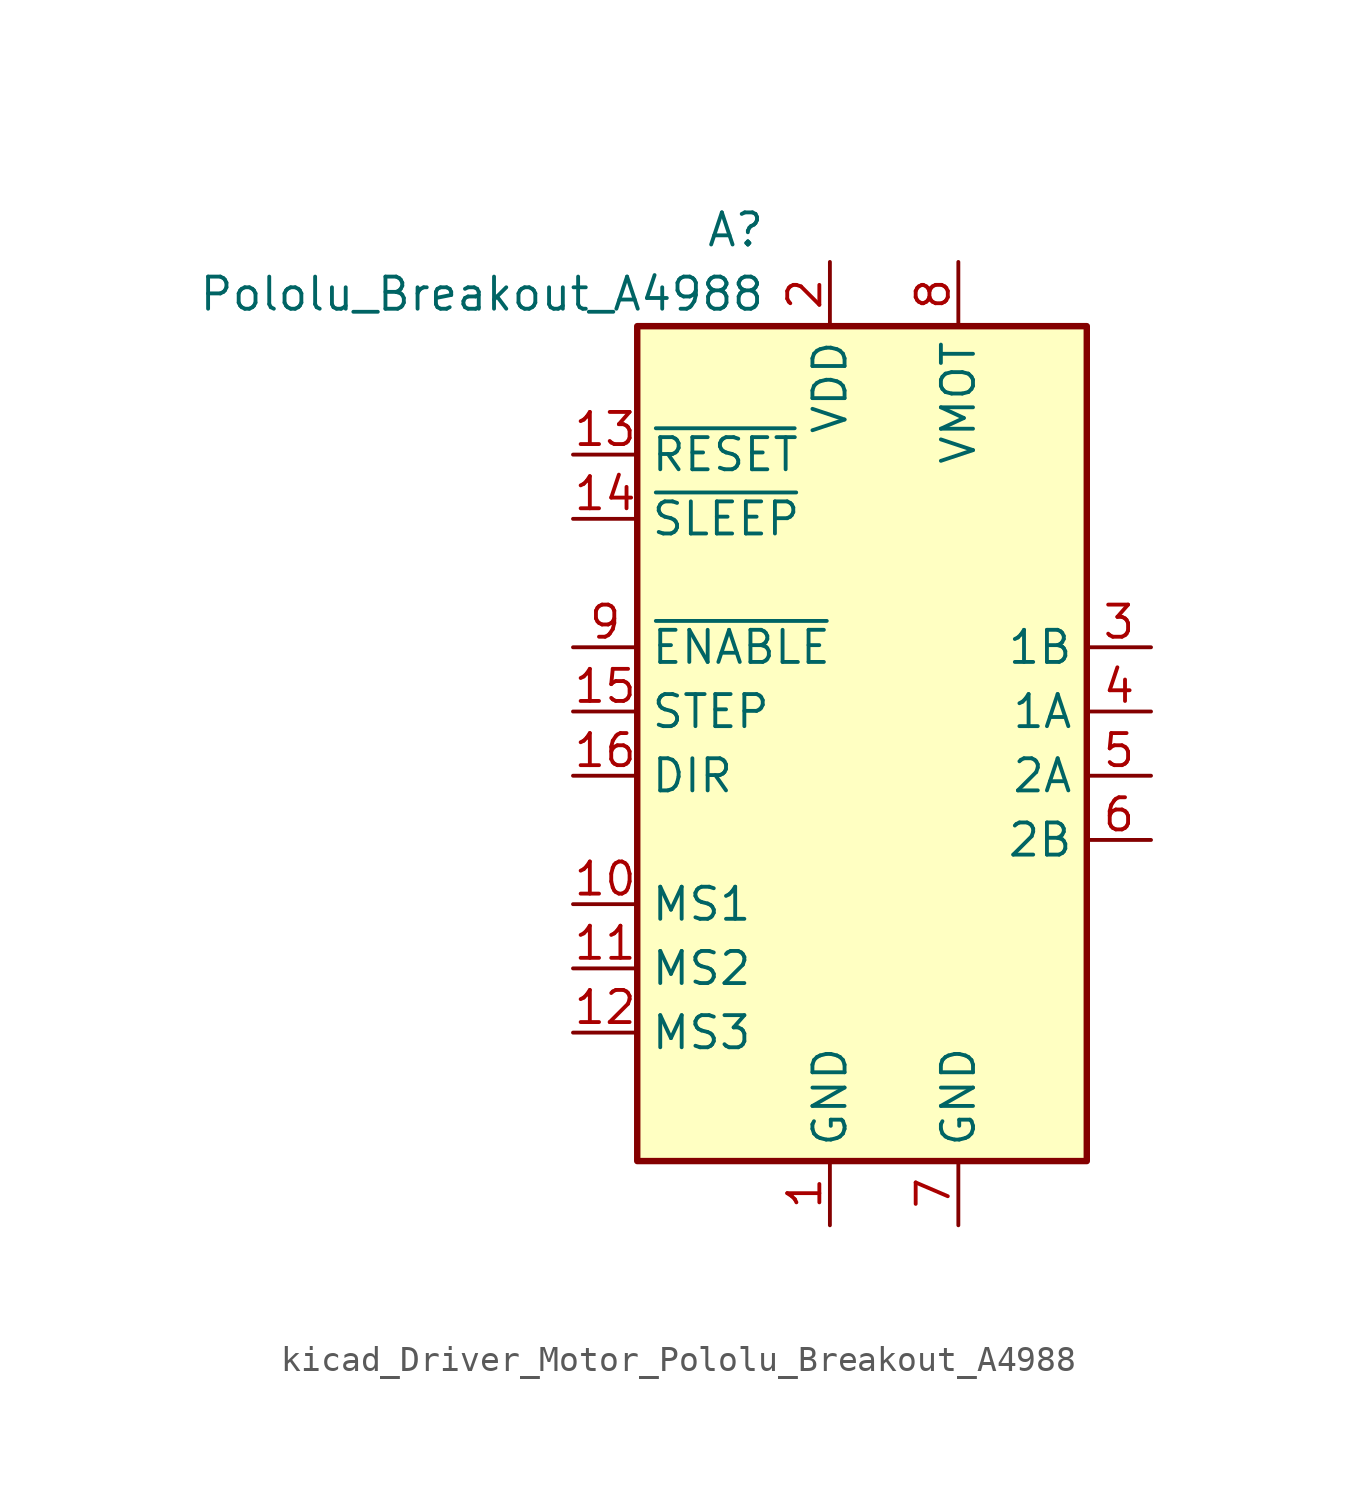
<source format=kicad_sym>
(kicad_symbol_lib
  (version 20220914)
  (generator kicad_symbol_editor)
  (symbol "kicad_Driver_Motor_Pololu_Breakout_A4988"
    (property "Reference" "A"
      (at -2.54 19.05 0)
      (effects (font (size 1.27 1.27)) (justify right)))
    (property "Value" "Pololu_Breakout_A4988"
      (at -2.54 16.51 0)
      (effects (font (size 1.27 1.27)) (justify right)))
    (symbol "kicad_Driver_Motor_Pololu_Breakout_A4988_0_1"
      (rectangle (start 10.16 -17.78) (end -7.62 15.24) (stroke (width 0.254) (type default)) (fill (type background))))
    (symbol "kicad_Driver_Motor_Pololu_Breakout_A4988_1_1"
      (pin power_in line (at 0 -20.32 90) (length 2.54) (name "GND" (effects (font (size 1.27 1.27)))) (number "1" (effects (font (size 1.27 1.27)))))
      (pin input line (at -10.16 -7.62 0) (length 2.54) (name "MS1" (effects (font (size 1.27 1.27)))) (number "10" (effects (font (size 1.27 1.27)))))
      (pin input line (at -10.16 -10.16 0) (length 2.54) (name "MS2" (effects (font (size 1.27 1.27)))) (number "11" (effects (font (size 1.27 1.27)))))
      (pin input line (at -10.16 -12.7 0) (length 2.54) (name "MS3" (effects (font (size 1.27 1.27)))) (number "12" (effects (font (size 1.27 1.27)))))
      (pin input line (at -10.16 10.16 0) (length 2.54) (name "~{RESET}" (effects (font (size 1.27 1.27)))) (number "13" (effects (font (size 1.27 1.27)))))
      (pin input line (at -10.16 7.62 0) (length 2.54) (name "~{SLEEP}" (effects (font (size 1.27 1.27)))) (number "14" (effects (font (size 1.27 1.27)))))
      (pin input line (at -10.16 0 0) (length 2.54) (name "STEP" (effects (font (size 1.27 1.27)))) (number "15" (effects (font (size 1.27 1.27)))))
      (pin input line (at -10.16 -2.54 0) (length 2.54) (name "DIR" (effects (font (size 1.27 1.27)))) (number "16" (effects (font (size 1.27 1.27)))))
      (pin power_in line (at 0 17.78 270) (length 2.54) (name "VDD" (effects (font (size 1.27 1.27)))) (number "2" (effects (font (size 1.27 1.27)))))
      (pin output line (at 12.7 2.54 180) (length 2.54) (name "1B" (effects (font (size 1.27 1.27)))) (number "3" (effects (font (size 1.27 1.27)))))
      (pin output line (at 12.7 0 180) (length 2.54) (name "1A" (effects (font (size 1.27 1.27)))) (number "4" (effects (font (size 1.27 1.27)))))
      (pin output line (at 12.7 -2.54 180) (length 2.54) (name "2A" (effects (font (size 1.27 1.27)))) (number "5" (effects (font (size 1.27 1.27)))))
      (pin output line (at 12.7 -5.08 180) (length 2.54) (name "2B" (effects (font (size 1.27 1.27)))) (number "6" (effects (font (size 1.27 1.27)))))
      (pin power_in line (at 5.08 -20.32 90) (length 2.54) (name "GND" (effects (font (size 1.27 1.27)))) (number "7" (effects (font (size 1.27 1.27)))))
      (pin power_in line (at 5.08 17.78 270) (length 2.54) (name "VMOT" (effects (font (size 1.27 1.27)))) (number "8" (effects (font (size 1.27 1.27)))))
      (pin input line (at -10.16 2.54 0) (length 2.54) (name "~{ENABLE}" (effects (font (size 1.27 1.27)))) (number "9" (effects (font (size 1.27 1.27))))))))
</source>
